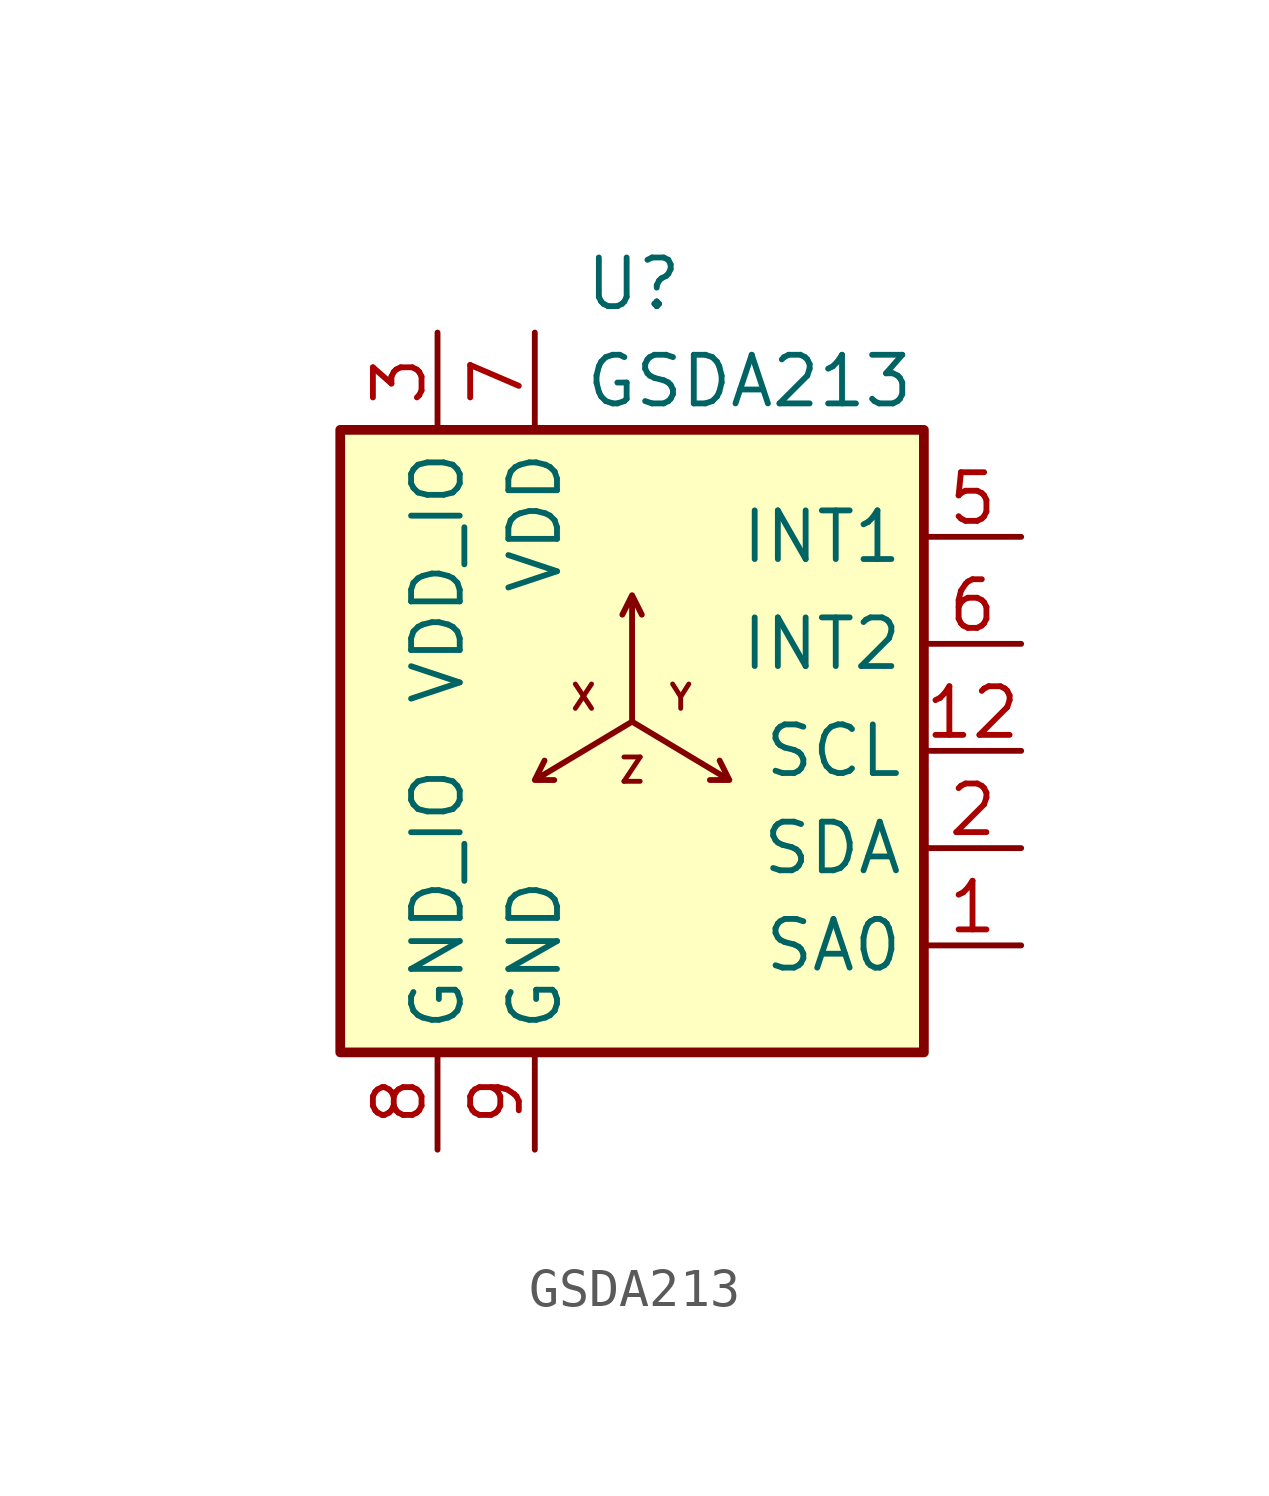
<source format=kicad_sym>
(kicad_symbol_lib
  (version 20241209)
  (generator "kicad_symbol_editor")
  (generator_version "9.0")
  (symbol "GSDA213"
    (property "Reference" "U"
      (at -1.27 11.43 0)
      (effects (font (size 1.27 1.27)) (justify left)))
    (property "Value" "GSDA213"
      (at -1.27 8.89 0)
      (effects (font (size 1.27 1.27)) (justify left)))
    (symbol "GSDA213_0_0"
      (text "X" (at -1.27 0.635 0) (effects (font (size 0.635 0.635) (bold yes))))
      (text "Z" (at 0 -1.27 0) (effects (font (size 0.635 0.635) (bold yes))))
      (text "Y" (at 1.27 0.635 0) (effects (font (size 0.635 0.635) (bold yes)))))
    (symbol "GSDA213_0_1"
      (rectangle (start -7.62 7.62) (end 7.62 -8.636) (stroke (width 0.254) (type default)) (fill (type background)))
      (polyline (pts (xy 0 0) (xy 0 3.302) (xy 0.254 2.794) (xy 0 3.302) (xy -0.254 2.794) (xy 0 3.302) (xy 0 0) (xy 2.54 -1.524) (xy 2.286 -1.016) (xy 2.54 -1.524) (xy 2.032 -1.524) (xy 2.54 -1.524) (xy 0 0) (xy -2.54 -1.524) (xy -2.286 -1.016) (xy -2.54 -1.524) (xy -2.032 -1.524)) (stroke (width 0) (type default)) (fill (type none))))
    (symbol "GSDA213_1_1"
      (pin no_connect line (at -10.414 -0.254 0) (length 2.54) (hide yes) (name "NC" (effects (font (size 1.27 1.27)))) (number "4" (effects (font (size 1.27 1.27)))))
      (pin no_connect line (at -10.414 -3.048 0) (length 2.54) (hide yes) (name "NC" (effects (font (size 1.27 1.27)))) (number "11" (effects (font (size 1.27 1.27)))))
      (pin no_connect line (at -10.414 -5.842 0) (length 2.54) (hide yes) (name "NC" (effects (font (size 1.27 1.27)))) (number "10" (effects (font (size 1.27 1.27)))))
      (pin power_in line (at -5.08 10.16 270) (length 2.54) (name "VDD_IO" (effects (font (size 1.27 1.27)))) (number "3" (effects (font (size 1.27 1.27)))))
      (pin passive line (at -5.08 -11.176 90) (length 2.54) (name "GND_IO" (effects (font (size 1.27 1.27)))) (number "8" (effects (font (size 1.27 1.27)))))
      (pin power_in line (at -2.54 10.16 270) (length 2.54) (name "VDD" (effects (font (size 1.27 1.27)))) (number "7" (effects (font (size 1.27 1.27)))))
      (pin passive line (at -2.54 -11.176 90) (length 2.54) (name "GND" (effects (font (size 1.27 1.27)))) (number "9" (effects (font (size 1.27 1.27)))))
      (pin output line (at 10.16 4.826 180) (length 2.54) (name "INT1" (effects (font (size 1.27 1.27)))) (number "5" (effects (font (size 1.27 1.27)))))
      (pin output line (at 10.16 2.032 180) (length 2.54) (name "INT2" (effects (font (size 1.27 1.27)))) (number "6" (effects (font (size 1.27 1.27)))))
      (pin input line (at 10.16 -0.762 180) (length 2.54) (name "SCL" (effects (font (size 1.27 1.27)))) (number "12" (effects (font (size 1.27 1.27)))))
      (pin bidirectional line (at 10.16 -3.302 180) (length 2.54) (name "SDA" (effects (font (size 1.27 1.27)))) (number "2" (effects (font (size 1.27 1.27)))))
      (pin input line (at 10.16 -5.842 180) (length 2.54) (name "SA0" (effects (font (size 1.27 1.27)))) (number "1" (effects (font (size 1.27 1.27))))))))
</source>
